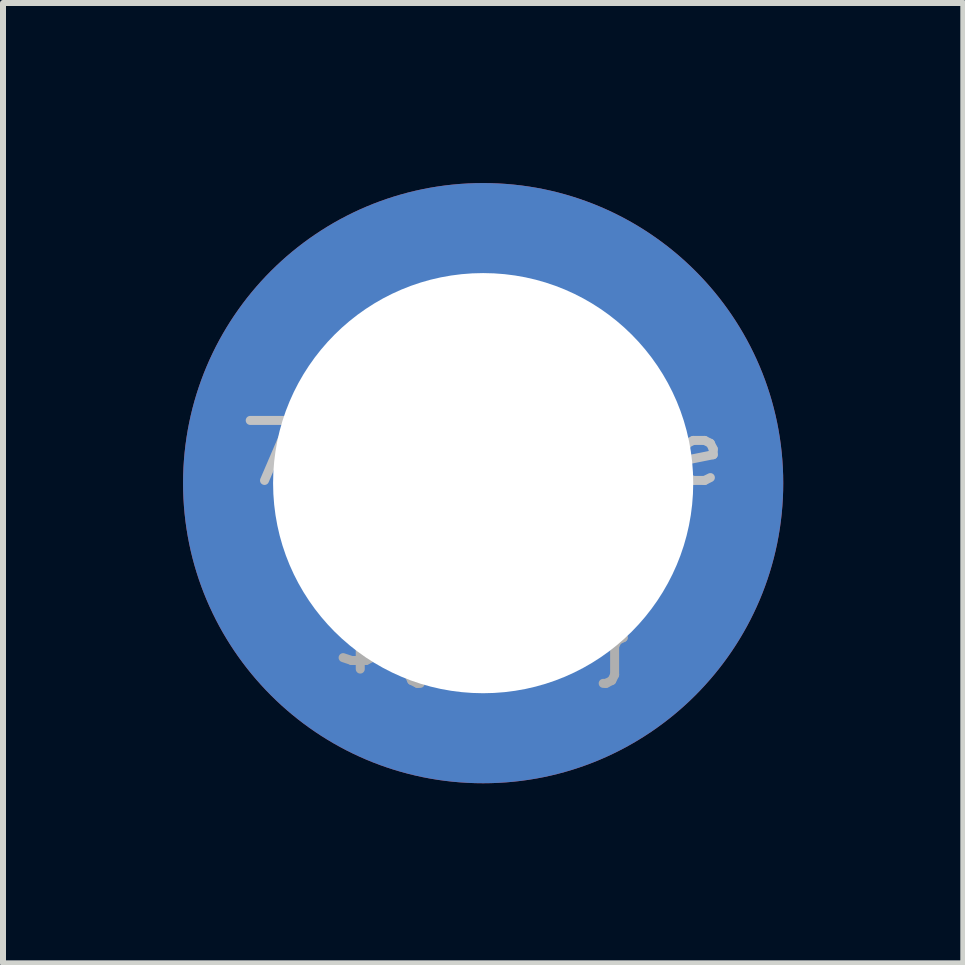
<source format=kicad_pcb>
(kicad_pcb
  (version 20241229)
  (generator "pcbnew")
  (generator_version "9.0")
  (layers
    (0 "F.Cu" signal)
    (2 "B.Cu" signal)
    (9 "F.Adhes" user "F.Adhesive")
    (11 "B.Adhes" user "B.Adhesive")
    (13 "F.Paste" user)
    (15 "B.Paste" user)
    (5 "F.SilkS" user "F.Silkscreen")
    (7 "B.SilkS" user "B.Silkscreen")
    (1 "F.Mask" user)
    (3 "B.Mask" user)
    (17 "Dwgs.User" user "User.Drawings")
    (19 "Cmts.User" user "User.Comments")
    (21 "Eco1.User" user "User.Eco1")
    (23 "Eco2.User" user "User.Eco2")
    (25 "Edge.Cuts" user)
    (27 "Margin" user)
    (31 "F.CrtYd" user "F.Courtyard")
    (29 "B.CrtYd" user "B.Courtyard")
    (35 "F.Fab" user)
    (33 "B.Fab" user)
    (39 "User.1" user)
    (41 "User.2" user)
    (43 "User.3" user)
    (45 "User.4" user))
  (footprint "7mm-hole"
    (layer "F.Cu")
    (at 5 5)
    (property "Reference" "7mm-hole" (at 0 -0.5 0) (unlocked yes) (layer "Dwgs.User") (effects (font (size 1 1) (thickness 0.15))))
    (fp_text user "${REF}" (at 0 2.5 0) (unlocked yes) (layer "F.Fab") (effects (font (size 1 1) (thickness 0.15))))
    (pad "1" thru_hole circle (at 0 0) (size 10 10) (drill 7) (layers "*.Cu" "*.Mask")))
  (gr_rect
    (start -3 -3)
    (end 13 13)
    (stroke (width 0.1) (type default))
    (fill no)
    (layer "Edge.Cuts")))
</source>
